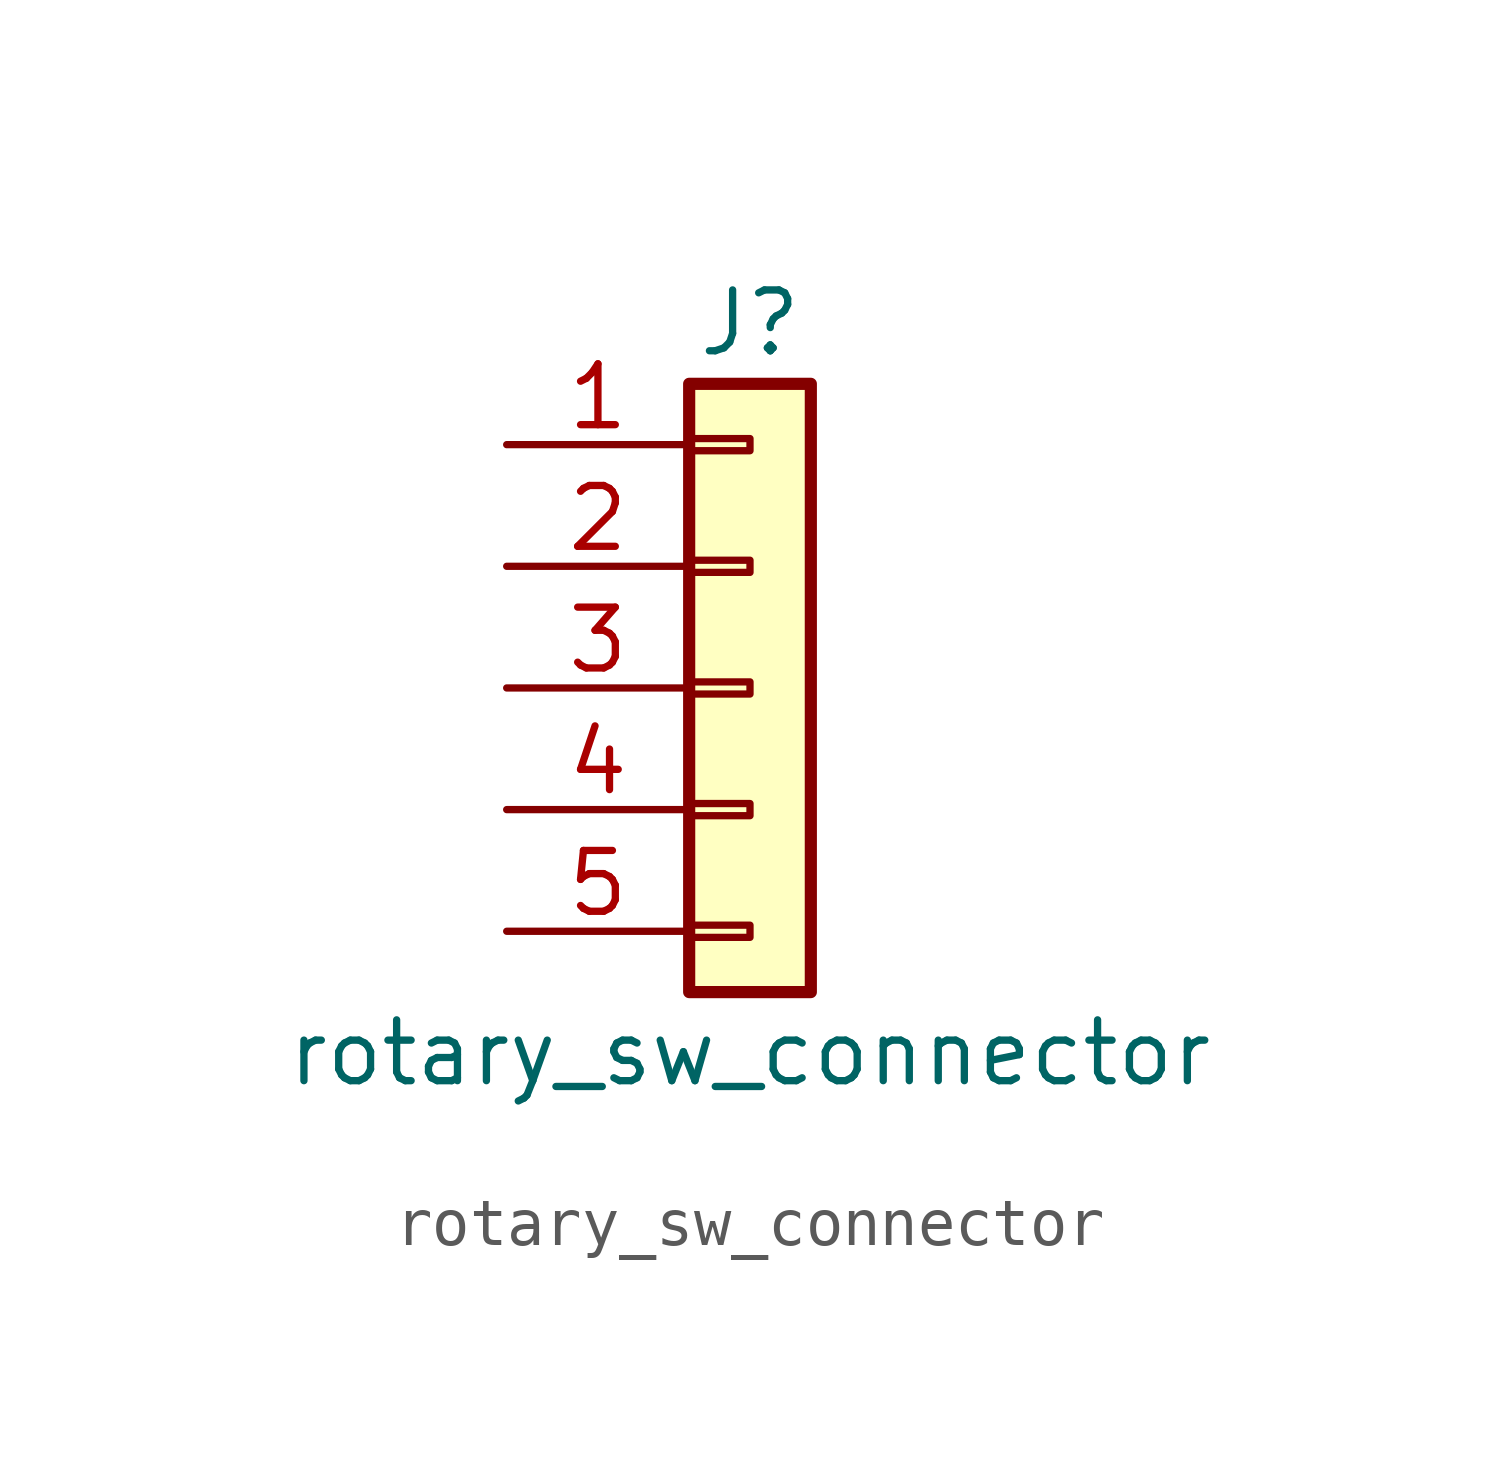
<source format=kicad_sym>
(kicad_symbol_lib
  (version 20211014)
  (generator kicad_symbol_editor)
  (symbol "rotary_sw_connector"
    (pin_names
      (offset 1.016) hide)
    (property "Reference" "J"
      (at 0 7.62 0)
      (effects (font (size 1.27 1.27))))
    (property "Value" "rotary_sw_connector"
      (at 0 -7.62 0)
      (effects (font (size 1.27 1.27))))
    (symbol "rotary_sw_connector_1_1"
      (rectangle (start -1.27 -4.953) (end 0 -5.207) (stroke (width 0.152) (type default) (color 0 0 0 0)) (fill (type none)))
      (rectangle (start -1.27 -2.413) (end 0 -2.667) (stroke (width 0.152) (type default) (color 0 0 0 0)) (fill (type none)))
      (rectangle (start -1.27 0.127) (end 0 -0.127) (stroke (width 0.152) (type default) (color 0 0 0 0)) (fill (type none)))
      (rectangle (start -1.27 2.667) (end 0 2.413) (stroke (width 0.152) (type default) (color 0 0 0 0)) (fill (type none)))
      (rectangle (start -1.27 5.207) (end 0 4.953) (stroke (width 0.152) (type default) (color 0 0 0 0)) (fill (type none)))
      (rectangle (start -1.27 6.35) (end 1.27 -6.35) (stroke (width 0.254) (type default) (color 0 0 0 0)) (fill (type background)))
      (pin passive line (at -5.08 5.08 0) (length 3.81) (name "CLK" (effects (font (size 1.27 1.27)))) (number "1" (effects (font (size 1.27 1.27)))))
      (pin passive line (at -5.08 2.54 0) (length 3.81) (name "DT" (effects (font (size 1.27 1.27)))) (number "2" (effects (font (size 1.27 1.27)))))
      (pin passive line (at -5.08 0 0) (length 3.81) (name "SW" (effects (font (size 1.27 1.27)))) (number "3" (effects (font (size 1.27 1.27)))))
      (pin passive line (at -5.08 -2.54 0) (length 3.81) (name "VCC" (effects (font (size 1.27 1.27)))) (number "4" (effects (font (size 1.27 1.27)))))
      (pin passive line (at -5.08 -5.08 0) (length 3.81) (name "GND" (effects (font (size 1.27 1.27)))) (number "5" (effects (font (size 1.27 1.27))))))))
</source>
